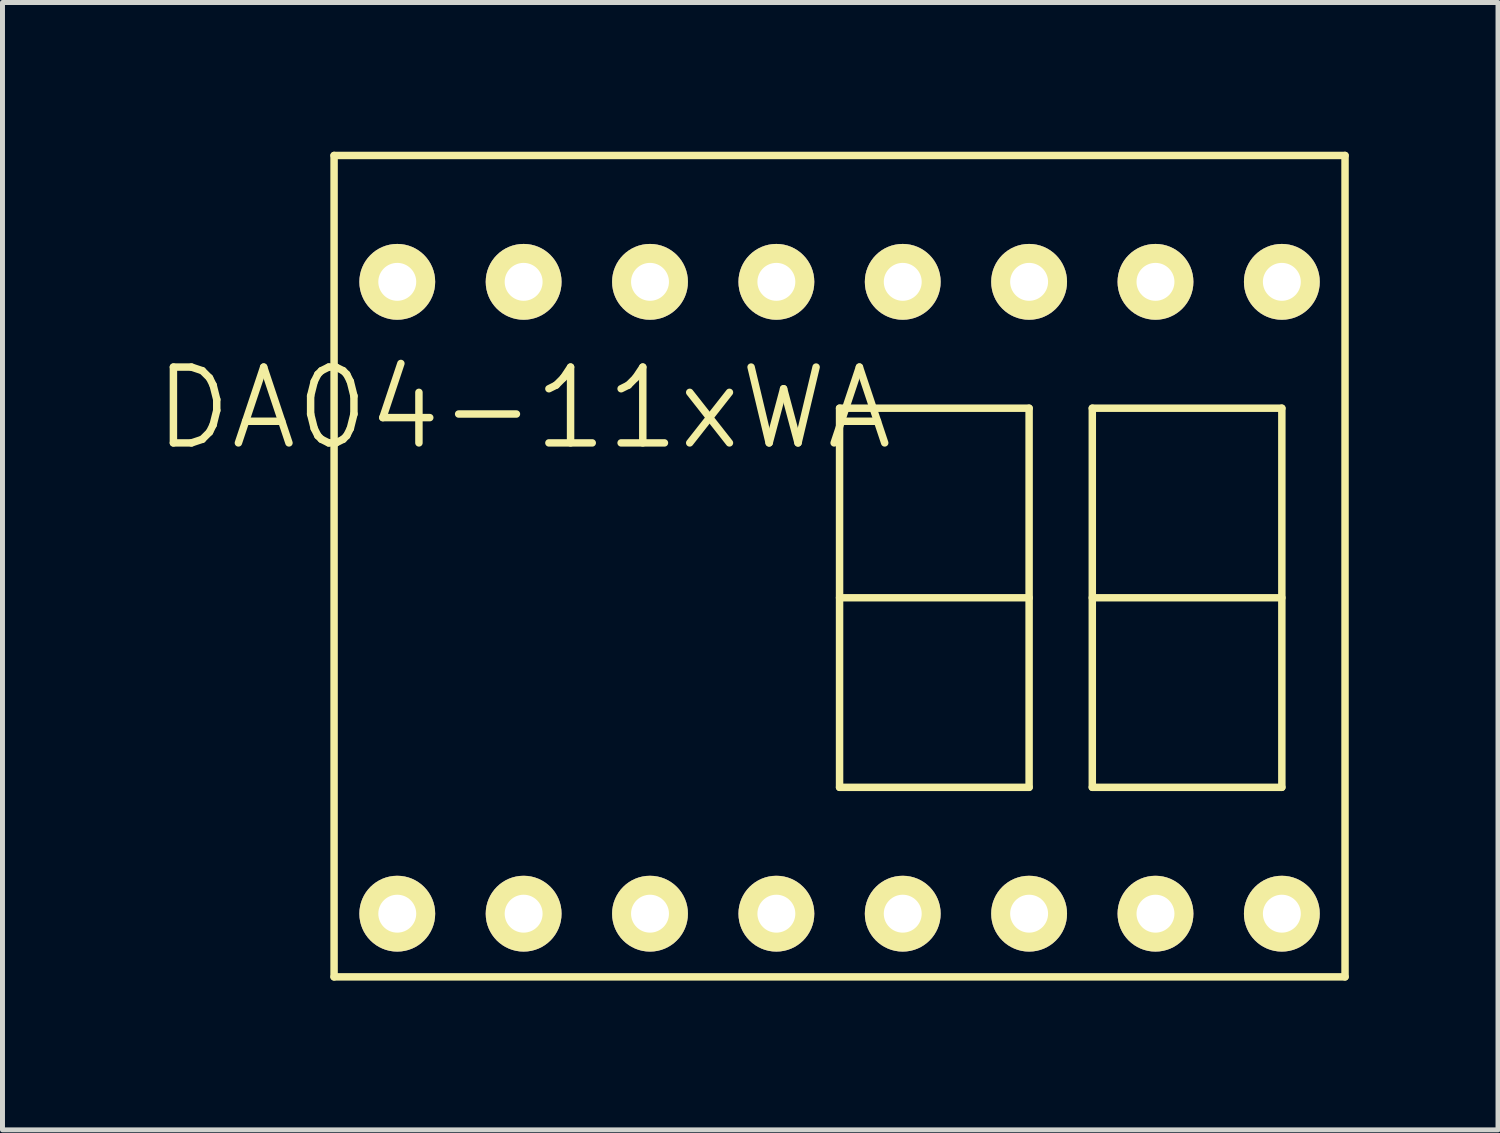
<source format=kicad_pcb>
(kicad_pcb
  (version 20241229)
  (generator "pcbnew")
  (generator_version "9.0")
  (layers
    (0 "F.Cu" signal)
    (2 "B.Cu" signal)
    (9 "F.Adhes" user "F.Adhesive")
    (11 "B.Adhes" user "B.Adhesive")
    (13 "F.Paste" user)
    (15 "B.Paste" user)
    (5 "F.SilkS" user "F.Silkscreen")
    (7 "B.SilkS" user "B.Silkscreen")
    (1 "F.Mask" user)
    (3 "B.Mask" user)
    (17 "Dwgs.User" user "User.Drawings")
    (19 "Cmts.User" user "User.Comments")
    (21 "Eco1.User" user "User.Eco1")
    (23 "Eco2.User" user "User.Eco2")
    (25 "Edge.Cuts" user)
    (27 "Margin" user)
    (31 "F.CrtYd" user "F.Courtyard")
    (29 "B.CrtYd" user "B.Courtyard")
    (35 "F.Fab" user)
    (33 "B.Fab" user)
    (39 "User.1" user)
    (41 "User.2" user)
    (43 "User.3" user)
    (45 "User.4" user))
  (footprint "DA04-11xWA"
    (layer "F.Cu")
    (at 12.555 10.235)
    (property "Reference" "DA04-11xWA" (at -5.08 -5.08 0) (layer "F.SilkS") (effects (font (size 1.524 1.524) (thickness 0.15))))
    (attr through_hole)
    (fp_line (start -8.89 -10.16) (end 11.43 -10.16) (stroke (width 0.15) (type solid)) (layer "F.SilkS"))
    (fp_line (start -8.89 6.35) (end -8.89 -10.16) (stroke (width 0.15) (type solid)) (layer "F.SilkS"))
    (fp_line (start 1.27 -5.08) (end 5.08 -5.08) (stroke (width 0.15) (type solid)) (layer "F.SilkS"))
    (fp_line (start 1.27 -1.27) (end 5.08 -1.27) (stroke (width 0.15) (type solid)) (layer "F.SilkS"))
    (fp_line (start 1.27 2.54) (end 1.27 -5.08) (stroke (width 0.15) (type solid)) (layer "F.SilkS"))
    (fp_line (start 5.08 -5.08) (end 5.08 2.54) (stroke (width 0.15) (type solid)) (layer "F.SilkS"))
    (fp_line (start 5.08 2.54) (end 1.27 2.54) (stroke (width 0.15) (type solid)) (layer "F.SilkS"))
    (fp_line (start 6.35 -5.08) (end 10.16 -5.08) (stroke (width 0.15) (type solid)) (layer "F.SilkS"))
    (fp_line (start 6.35 -1.27) (end 10.16 -1.27) (stroke (width 0.15) (type solid)) (layer "F.SilkS"))
    (fp_line (start 6.35 2.54) (end 6.35 -5.08) (stroke (width 0.15) (type solid)) (layer "F.SilkS"))
    (fp_line (start 10.16 -5.08) (end 10.16 2.54) (stroke (width 0.15) (type solid)) (layer "F.SilkS"))
    (fp_line (start 10.16 2.54) (end 6.35 2.54) (stroke (width 0.15) (type solid)) (layer "F.SilkS"))
    (fp_line (start 11.43 -10.16) (end 11.43 6.35) (stroke (width 0.15) (type solid)) (layer "F.SilkS"))
    (fp_line (start 11.43 6.35) (end -8.89 6.35) (stroke (width 0.15) (type solid)) (layer "F.SilkS"))
    (pad "1" thru_hole circle (at 10.16 -7.62) (size 1.524 1.524) (drill 0.762) (layers "*.Cu" "*.Mask" "F.SilkS"))
    (pad "2" thru_hole circle (at 7.62 -7.62) (size 1.524 1.524) (drill 0.762) (layers "*.Cu" "*.Mask" "F.SilkS"))
    (pad "3" thru_hole circle (at 5.08 -7.62) (size 1.524 1.524) (drill 0.762) (layers "*.Cu" "*.Mask" "F.SilkS"))
    (pad "4" thru_hole circle (at 2.54 -7.62) (size 1.524 1.524) (drill 0.762) (layers "*.Cu" "*.Mask" "F.SilkS"))
    (pad "5" thru_hole circle (at 0 -7.62) (size 1.524 1.524) (drill 0.762) (layers "*.Cu" "*.Mask" "F.SilkS"))
    (pad "6" thru_hole circle (at -2.54 -7.62) (size 1.524 1.524) (drill 0.762) (layers "*.Cu" "*.Mask" "F.SilkS"))
    (pad "7" thru_hole circle (at -5.08 -7.62) (size 1.524 1.524) (drill 0.762) (layers "*.Cu" "*.Mask" "F.SilkS"))
    (pad "8" thru_hole circle (at -7.62 -7.62) (size 1.524 1.524) (drill 0.762) (layers "*.Cu" "*.Mask" "F.SilkS"))
    (pad "9" thru_hole circle (at -7.62 5.08) (size 1.524 1.524) (drill 0.762) (layers "*.Cu" "*.Mask" "F.SilkS"))
    (pad "10" thru_hole circle (at -5.08 5.08) (size 1.524 1.524) (drill 0.762) (layers "*.Cu" "*.Mask" "F.SilkS"))
    (pad "11" thru_hole circle (at -2.54 5.08) (size 1.524 1.524) (drill 0.762) (layers "*.Cu" "*.Mask" "F.SilkS"))
    (pad "12" thru_hole circle (at 0 5.08) (size 1.524 1.524) (drill 0.762) (layers "*.Cu" "*.Mask" "F.SilkS"))
    (pad "13" thru_hole circle (at 2.54 5.08) (size 1.524 1.524) (drill 0.762) (layers "*.Cu" "*.Mask" "F.SilkS"))
    (pad "14" thru_hole circle (at 5.08 5.08) (size 1.524 1.524) (drill 0.762) (layers "*.Cu" "*.Mask" "F.SilkS"))
    (pad "15" thru_hole circle (at 7.62 5.08) (size 1.524 1.524) (drill 0.762) (layers "*.Cu" "*.Mask" "F.SilkS"))
    (pad "16" thru_hole circle (at 10.16 5.08) (size 1.524 1.524) (drill 0.762) (layers "*.Cu" "*.Mask" "F.SilkS")))
  (gr_rect
    (start -3 -3)
    (end 27.06 19.66)
    (stroke (width 0.1) (type default))
    (fill no)
    (layer "Edge.Cuts")))
</source>
